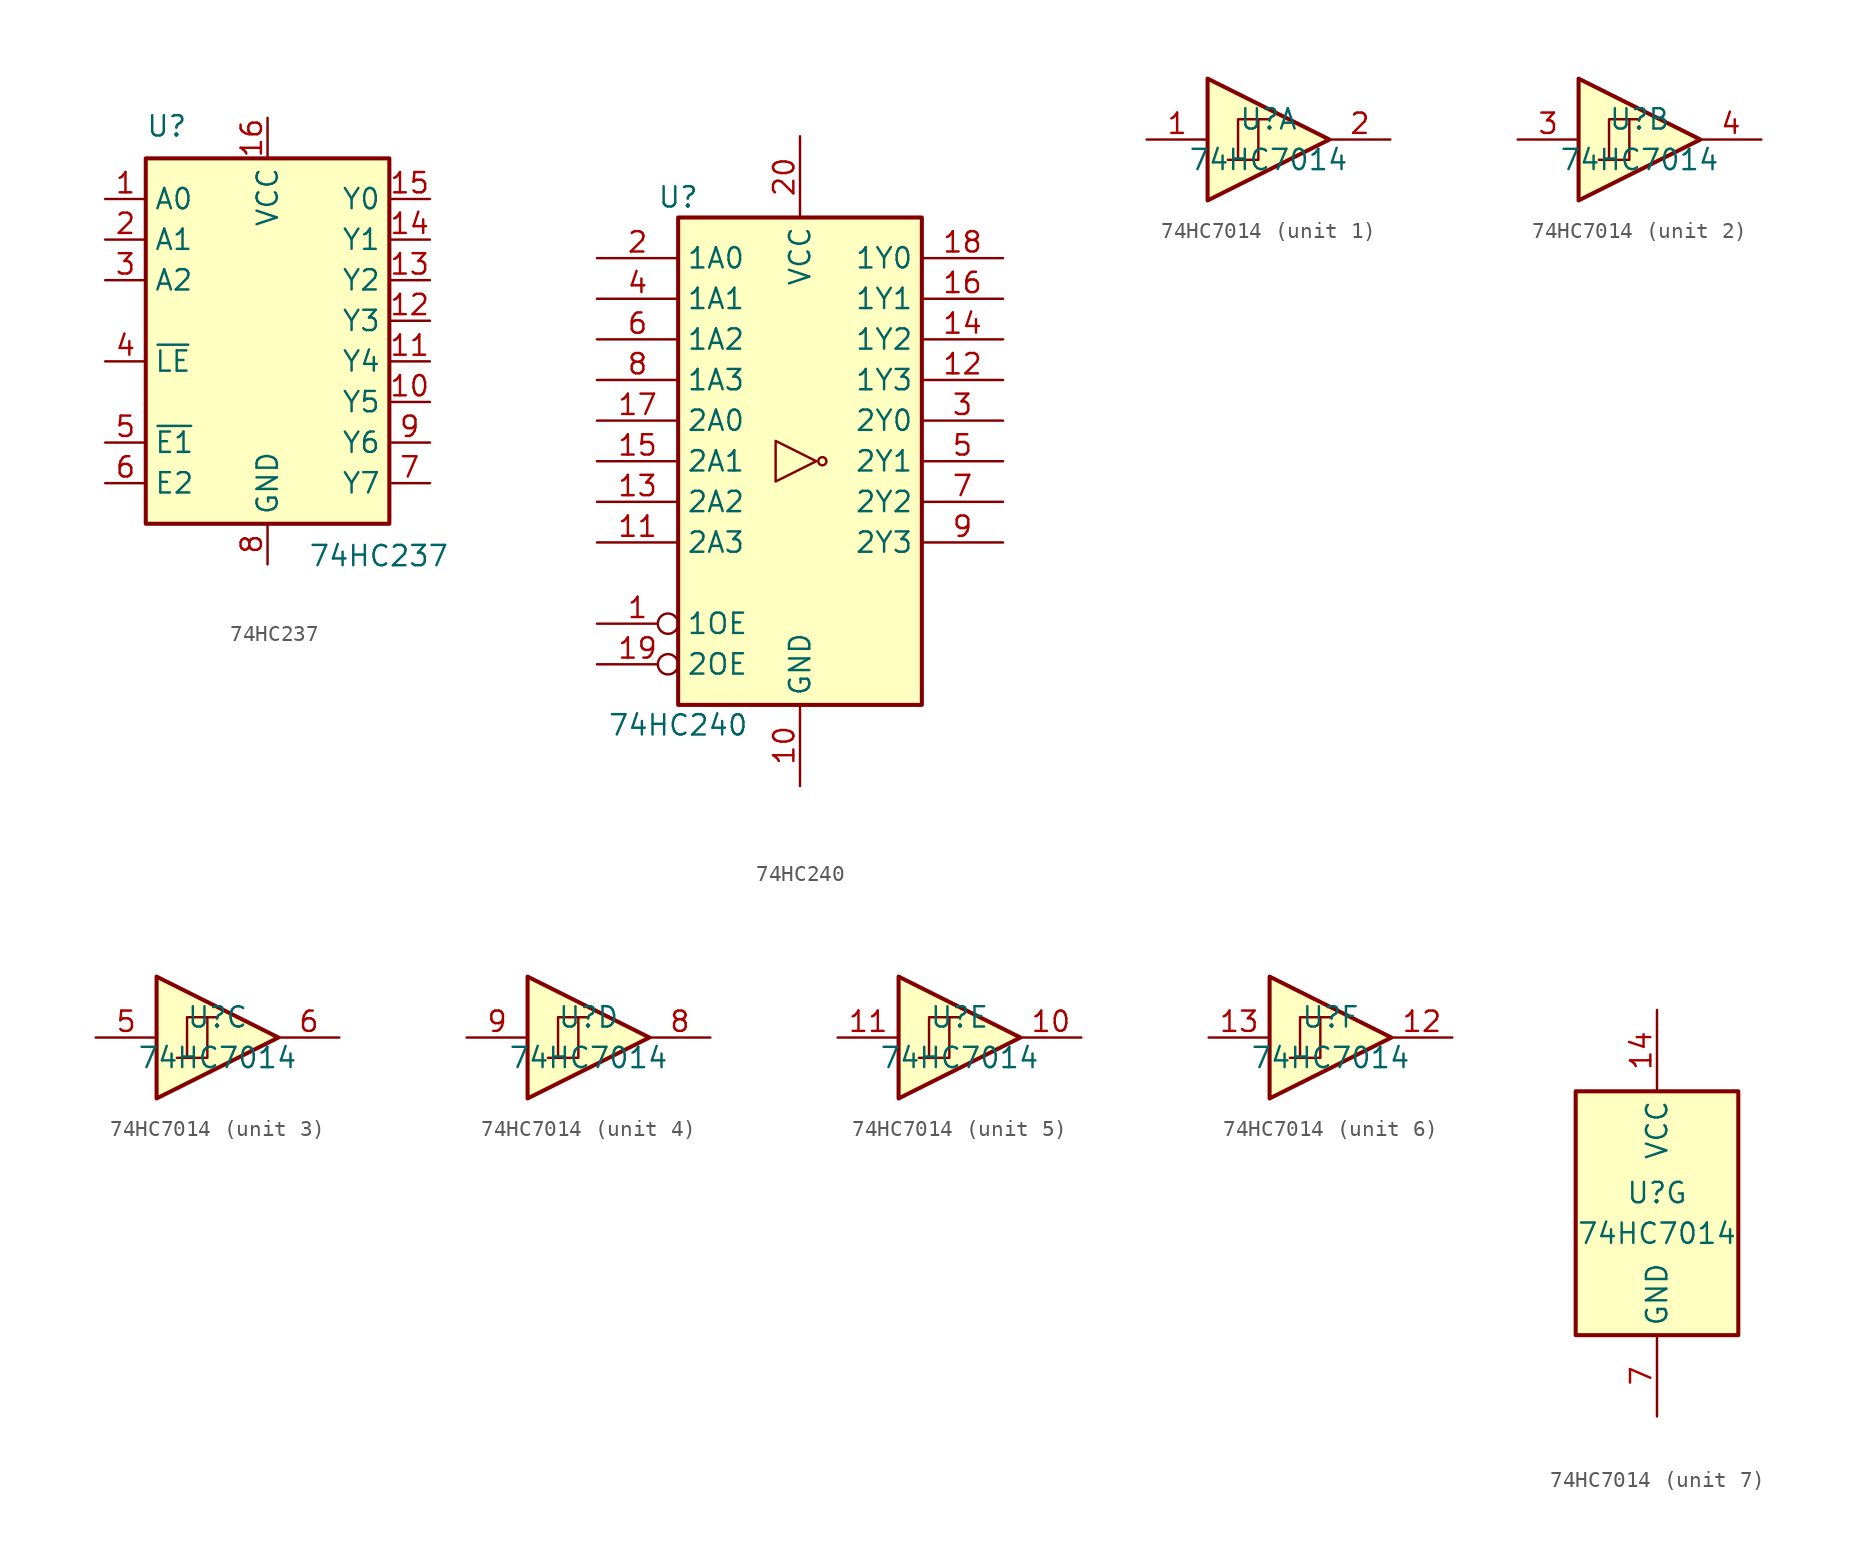
<source format=kicad_sym>
(kicad_symbol_lib
  (version 20201005)
  (generator kicad_symbol_editor)
  (symbol "74HC237"
    (property "Reference" "U"
      (at -7.62 13.97 0)
      (effects (font (size 1.27 1.27)) (justify left bottom)))
    (property "Value" "74HC237"
      (at 2.54 -11.43 0)
      (effects (font (size 1.27 1.27)) (justify left top)))
    (symbol "74HC237_0_1"
      (rectangle (start -7.62 12.7) (end 7.62 -10.16) (stroke (width 0.254)) (fill (type background))))
    (symbol "74HC237_1_1"
      (pin input line (at -10.16 10.16 0) (length 2.54) (name "A0" (effects (font (size 1.27 1.27)))) (number "1" (effects (font (size 1.27 1.27)))))
      (pin output line (at 10.16 -2.54 180) (length 2.54) (name "Y5" (effects (font (size 1.27 1.27)))) (number "10" (effects (font (size 1.27 1.27)))))
      (pin output line (at 10.16 0 180) (length 2.54) (name "Y4" (effects (font (size 1.27 1.27)))) (number "11" (effects (font (size 1.27 1.27)))))
      (pin output line (at 10.16 2.54 180) (length 2.54) (name "Y3" (effects (font (size 1.27 1.27)))) (number "12" (effects (font (size 1.27 1.27)))))
      (pin output line (at 10.16 5.08 180) (length 2.54) (name "Y2" (effects (font (size 1.27 1.27)))) (number "13" (effects (font (size 1.27 1.27)))))
      (pin output line (at 10.16 7.62 180) (length 2.54) (name "Y1" (effects (font (size 1.27 1.27)))) (number "14" (effects (font (size 1.27 1.27)))))
      (pin output line (at 10.16 10.16 180) (length 2.54) (name "Y0" (effects (font (size 1.27 1.27)))) (number "15" (effects (font (size 1.27 1.27)))))
      (pin power_in line (at 0 15.24 270) (length 2.54) (name "VCC" (effects (font (size 1.27 1.27)))) (number "16" (effects (font (size 1.27 1.27)))))
      (pin input line (at -10.16 7.62 0) (length 2.54) (name "A1" (effects (font (size 1.27 1.27)))) (number "2" (effects (font (size 1.27 1.27)))))
      (pin input line (at -10.16 5.08 0) (length 2.54) (name "A2" (effects (font (size 1.27 1.27)))) (number "3" (effects (font (size 1.27 1.27)))))
      (pin input line (at -10.16 0 0) (length 2.54) (name "~LE" (effects (font (size 1.27 1.27)))) (number "4" (effects (font (size 1.27 1.27)))))
      (pin input line (at -10.16 -5.08 0) (length 2.54) (name "~E1" (effects (font (size 1.27 1.27)))) (number "5" (effects (font (size 1.27 1.27)))))
      (pin input line (at -10.16 -7.62 0) (length 2.54) (name "E2" (effects (font (size 1.27 1.27)))) (number "6" (effects (font (size 1.27 1.27)))))
      (pin output line (at 10.16 -7.62 180) (length 2.54) (name "Y7" (effects (font (size 1.27 1.27)))) (number "7" (effects (font (size 1.27 1.27)))))
      (pin power_in line (at 0 -12.7 90) (length 2.54) (name "GND" (effects (font (size 1.27 1.27)))) (number "8" (effects (font (size 1.27 1.27)))))
      (pin output line (at 10.16 -5.08 180) (length 2.54) (name "Y6" (effects (font (size 1.27 1.27)))) (number "9" (effects (font (size 1.27 1.27)))))))
  (symbol "74HC240"
    (property "Reference" "U"
      (at -7.62 16.51 0)
      (effects (font (size 1.27 1.27))))
    (property "Value" "74HC240"
      (at -7.62 -16.51 0)
      (effects (font (size 1.27 1.27))))
    (symbol "74HC240_1_0"
      (circle (center 1.397 0) (radius 0.254) (stroke (width 0.152)) (fill (type none)))
      (polyline (pts (xy 1.016 0) (xy -1.524 1.27) (xy -1.524 -1.27) (xy 1.016 0)) (stroke (width 0.152)) (fill (type none)))
      (pin input inverted (at -12.7 -10.16 0) (length 5.08) (name "1OE" (effects (font (size 1.27 1.27)))) (number "1" (effects (font (size 1.27 1.27)))))
      (pin power_in line (at 0 -20.32 90) (length 5.08) (name "GND" (effects (font (size 1.27 1.27)))) (number "10" (effects (font (size 1.27 1.27)))))
      (pin input line (at -12.7 -5.08 0) (length 5.08) (name "2A3" (effects (font (size 1.27 1.27)))) (number "11" (effects (font (size 1.27 1.27)))))
      (pin tri_state line (at 12.7 5.08 180) (length 5.08) (name "1Y3" (effects (font (size 1.27 1.27)))) (number "12" (effects (font (size 1.27 1.27)))))
      (pin input line (at -12.7 -2.54 0) (length 5.08) (name "2A2" (effects (font (size 1.27 1.27)))) (number "13" (effects (font (size 1.27 1.27)))))
      (pin tri_state line (at 12.7 7.62 180) (length 5.08) (name "1Y2" (effects (font (size 1.27 1.27)))) (number "14" (effects (font (size 1.27 1.27)))))
      (pin input line (at -12.7 0 0) (length 5.08) (name "2A1" (effects (font (size 1.27 1.27)))) (number "15" (effects (font (size 1.27 1.27)))))
      (pin tri_state line (at 12.7 10.16 180) (length 5.08) (name "1Y1" (effects (font (size 1.27 1.27)))) (number "16" (effects (font (size 1.27 1.27)))))
      (pin input line (at -12.7 2.54 0) (length 5.08) (name "2A0" (effects (font (size 1.27 1.27)))) (number "17" (effects (font (size 1.27 1.27)))))
      (pin tri_state line (at 12.7 12.7 180) (length 5.08) (name "1Y0" (effects (font (size 1.27 1.27)))) (number "18" (effects (font (size 1.27 1.27)))))
      (pin input inverted (at -12.7 -12.7 0) (length 5.08) (name "2OE" (effects (font (size 1.27 1.27)))) (number "19" (effects (font (size 1.27 1.27)))))
      (pin input line (at -12.7 12.7 0) (length 5.08) (name "1A0" (effects (font (size 1.27 1.27)))) (number "2" (effects (font (size 1.27 1.27)))))
      (pin power_in line (at 0 20.32 270) (length 5.08) (name "VCC" (effects (font (size 1.27 1.27)))) (number "20" (effects (font (size 1.27 1.27)))))
      (pin tri_state line (at 12.7 2.54 180) (length 5.08) (name "2Y0" (effects (font (size 1.27 1.27)))) (number "3" (effects (font (size 1.27 1.27)))))
      (pin input line (at -12.7 10.16 0) (length 5.08) (name "1A1" (effects (font (size 1.27 1.27)))) (number "4" (effects (font (size 1.27 1.27)))))
      (pin tri_state line (at 12.7 0 180) (length 5.08) (name "2Y1" (effects (font (size 1.27 1.27)))) (number "5" (effects (font (size 1.27 1.27)))))
      (pin input line (at -12.7 7.62 0) (length 5.08) (name "1A2" (effects (font (size 1.27 1.27)))) (number "6" (effects (font (size 1.27 1.27)))))
      (pin tri_state line (at 12.7 -2.54 180) (length 5.08) (name "2Y2" (effects (font (size 1.27 1.27)))) (number "7" (effects (font (size 1.27 1.27)))))
      (pin input line (at -12.7 5.08 0) (length 5.08) (name "1A3" (effects (font (size 1.27 1.27)))) (number "8" (effects (font (size 1.27 1.27)))))
      (pin tri_state line (at 12.7 -5.08 180) (length 5.08) (name "2Y3" (effects (font (size 1.27 1.27)))) (number "9" (effects (font (size 1.27 1.27))))))
    (symbol "74HC240_1_1"
      (rectangle (start -7.62 15.24) (end 7.62 -15.24) (stroke (width 0.254)) (fill (type background)))))
  (symbol "74HC7014"
    (property "Reference" "U"
      (at 0 1.27 0)
      (effects (font (size 1.27 1.27))))
    (property "Value" "74HC7014"
      (at 0 -1.27 0)
      (effects (font (size 1.27 1.27))))
    (property "ki_locked" ""
      (at 0 0 0)
      (effects (font (size 1.27 1.27))))
    (symbol "74HC7014_1_1"
      (polyline (pts (xy -1.905 -1.27) (xy -1.905 1.27) (xy -0.635 1.27)) (stroke (width 0)) (fill (type none)))
      (polyline (pts (xy -2.54 -1.27) (xy -0.635 -1.27) (xy -0.635 1.27) (xy 0 1.27)) (stroke (width 0)) (fill (type none)))
      (polyline (pts (xy -3.81 3.81) (xy -3.81 -3.81) (xy 3.81 0) (xy -3.81 3.81)) (stroke (width 0.254)) (fill (type background)))
      (pin input line (at -7.62 0 0) (length 3.81) (name "~" (effects (font (size 1.27 1.27)))) (number "1" (effects (font (size 1.27 1.27)))))
      (pin output line (at 7.62 0 180) (length 3.81) (name "~" (effects (font (size 1.27 1.27)))) (number "2" (effects (font (size 1.27 1.27))))))
    (symbol "74HC7014_2_1"
      (polyline (pts (xy -1.905 -1.27) (xy -1.905 1.27) (xy -0.635 1.27)) (stroke (width 0)) (fill (type none)))
      (polyline (pts (xy -2.54 -1.27) (xy -0.635 -1.27) (xy -0.635 1.27) (xy 0 1.27)) (stroke (width 0)) (fill (type none)))
      (polyline (pts (xy -3.81 3.81) (xy -3.81 -3.81) (xy 3.81 0) (xy -3.81 3.81)) (stroke (width 0.254)) (fill (type background)))
      (pin input line (at -7.62 0 0) (length 3.81) (name "~" (effects (font (size 1.27 1.27)))) (number "3" (effects (font (size 1.27 1.27)))))
      (pin output line (at 7.62 0 180) (length 3.81) (name "~" (effects (font (size 1.27 1.27)))) (number "4" (effects (font (size 1.27 1.27))))))
    (symbol "74HC7014_3_1"
      (polyline (pts (xy -1.905 -1.27) (xy -1.905 1.27) (xy -0.635 1.27)) (stroke (width 0)) (fill (type none)))
      (polyline (pts (xy -2.54 -1.27) (xy -0.635 -1.27) (xy -0.635 1.27) (xy 0 1.27)) (stroke (width 0)) (fill (type none)))
      (polyline (pts (xy -3.81 3.81) (xy -3.81 -3.81) (xy 3.81 0) (xy -3.81 3.81)) (stroke (width 0.254)) (fill (type background)))
      (pin input line (at -7.62 0 0) (length 3.81) (name "~" (effects (font (size 1.27 1.27)))) (number "5" (effects (font (size 1.27 1.27)))))
      (pin output line (at 7.62 0 180) (length 3.81) (name "~" (effects (font (size 1.27 1.27)))) (number "6" (effects (font (size 1.27 1.27))))))
    (symbol "74HC7014_4_1"
      (polyline (pts (xy -1.905 -1.27) (xy -1.905 1.27) (xy -0.635 1.27)) (stroke (width 0)) (fill (type none)))
      (polyline (pts (xy -2.54 -1.27) (xy -0.635 -1.27) (xy -0.635 1.27) (xy 0 1.27)) (stroke (width 0)) (fill (type none)))
      (polyline (pts (xy -3.81 3.81) (xy -3.81 -3.81) (xy 3.81 0) (xy -3.81 3.81)) (stroke (width 0.254)) (fill (type background)))
      (pin output line (at 7.62 0 180) (length 3.81) (name "~" (effects (font (size 1.27 1.27)))) (number "8" (effects (font (size 1.27 1.27)))))
      (pin input line (at -7.62 0 0) (length 3.81) (name "~" (effects (font (size 1.27 1.27)))) (number "9" (effects (font (size 1.27 1.27))))))
    (symbol "74HC7014_5_1"
      (polyline (pts (xy -1.905 -1.27) (xy -1.905 1.27) (xy -0.635 1.27)) (stroke (width 0)) (fill (type none)))
      (polyline (pts (xy -2.54 -1.27) (xy -0.635 -1.27) (xy -0.635 1.27) (xy 0 1.27)) (stroke (width 0)) (fill (type none)))
      (polyline (pts (xy -3.81 3.81) (xy -3.81 -3.81) (xy 3.81 0) (xy -3.81 3.81)) (stroke (width 0.254)) (fill (type background)))
      (pin output line (at 7.62 0 180) (length 3.81) (name "~" (effects (font (size 1.27 1.27)))) (number "10" (effects (font (size 1.27 1.27)))))
      (pin input line (at -7.62 0 0) (length 3.81) (name "~" (effects (font (size 1.27 1.27)))) (number "11" (effects (font (size 1.27 1.27))))))
    (symbol "74HC7014_6_1"
      (polyline (pts (xy -1.905 -1.27) (xy -1.905 1.27) (xy -0.635 1.27)) (stroke (width 0)) (fill (type none)))
      (polyline (pts (xy -2.54 -1.27) (xy -0.635 -1.27) (xy -0.635 1.27) (xy 0 1.27)) (stroke (width 0)) (fill (type none)))
      (polyline (pts (xy -3.81 3.81) (xy -3.81 -3.81) (xy 3.81 0) (xy -3.81 3.81)) (stroke (width 0.254)) (fill (type background)))
      (pin output line (at 7.62 0 180) (length 3.81) (name "~" (effects (font (size 1.27 1.27)))) (number "12" (effects (font (size 1.27 1.27)))))
      (pin input line (at -7.62 0 0) (length 3.81) (name "~" (effects (font (size 1.27 1.27)))) (number "13" (effects (font (size 1.27 1.27))))))
    (symbol "74HC7014_7_1"
      (rectangle (start -5.08 7.62) (end 5.08 -7.62) (stroke (width 0.254)) (fill (type background)))
      (pin power_in line (at 0 12.7 270) (length 5.08) (name "VCC" (effects (font (size 1.27 1.27)))) (number "14" (effects (font (size 1.27 1.27)))))
      (pin power_in line (at 0 -12.7 90) (length 5.08) (name "GND" (effects (font (size 1.27 1.27)))) (number "7" (effects (font (size 1.27 1.27))))))))
</source>
